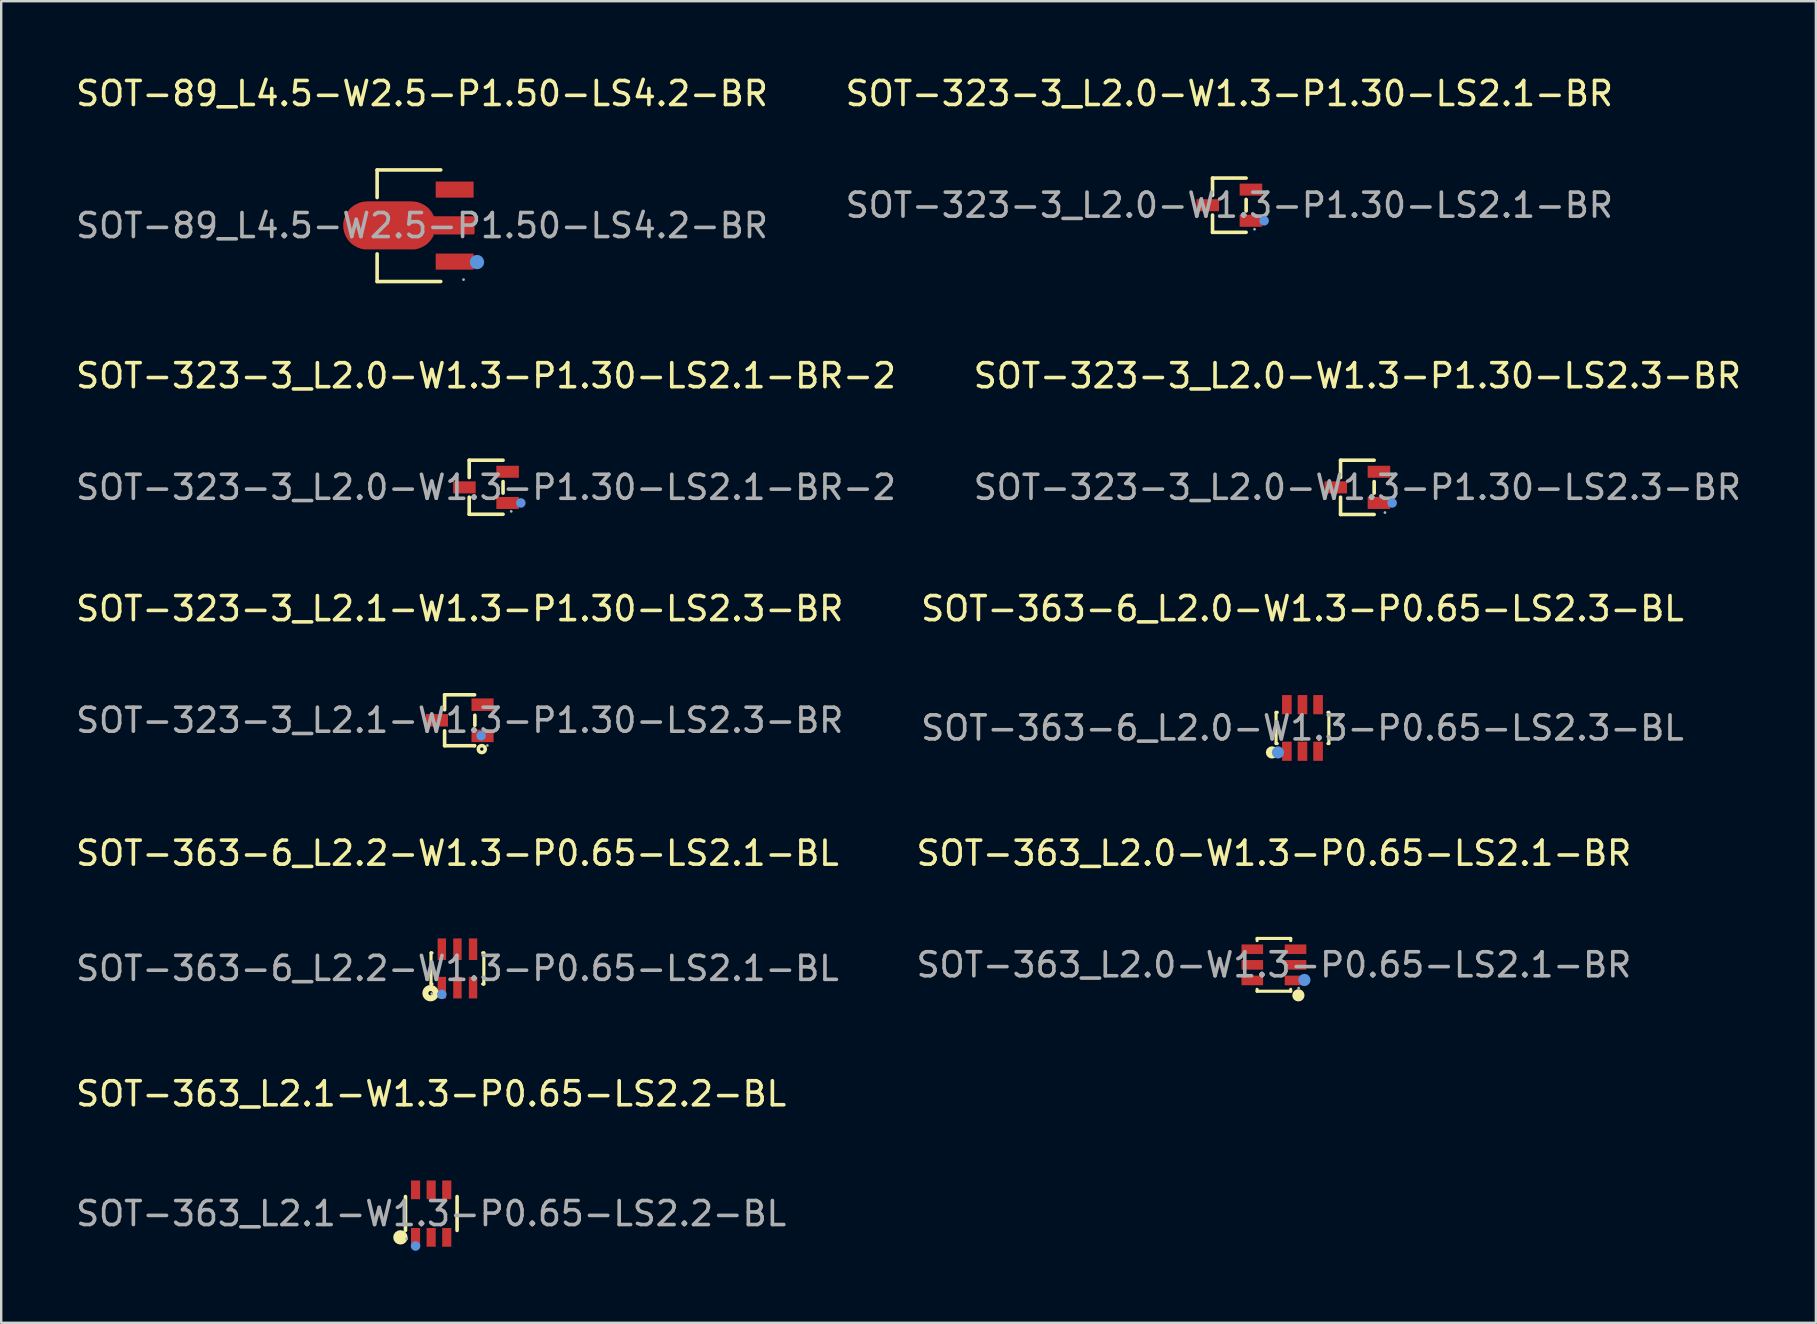
<source format=kicad_pcb>
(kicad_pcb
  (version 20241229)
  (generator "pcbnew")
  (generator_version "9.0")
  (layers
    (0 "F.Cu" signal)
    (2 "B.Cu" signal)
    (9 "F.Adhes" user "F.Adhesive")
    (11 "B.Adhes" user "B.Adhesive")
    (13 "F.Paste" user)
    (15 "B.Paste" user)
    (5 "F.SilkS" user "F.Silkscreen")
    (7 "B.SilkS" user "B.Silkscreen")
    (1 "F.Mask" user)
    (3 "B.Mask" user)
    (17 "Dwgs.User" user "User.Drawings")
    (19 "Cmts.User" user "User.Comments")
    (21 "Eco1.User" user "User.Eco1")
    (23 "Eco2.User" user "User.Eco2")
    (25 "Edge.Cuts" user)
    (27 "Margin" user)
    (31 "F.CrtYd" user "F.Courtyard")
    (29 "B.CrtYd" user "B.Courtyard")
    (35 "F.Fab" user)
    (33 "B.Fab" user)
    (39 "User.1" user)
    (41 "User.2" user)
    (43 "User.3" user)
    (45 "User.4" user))
  (footprint "SOT-323-3_L2.1-W1.3-P1.30-LS2.3-BR"
    (layer "F.Cu")
    (at 16.101 26.955)
    (property "Reference" "SOT-323-3_L2.1-W1.3-P1.30-LS2.3-BR" (at 0 -4.65 0) (layer "F.SilkS") (effects (font (size 1 1) (thickness 0.15))))
    (attr smd)
    (fp_line (start -0.63 -1.06) (end -0.63 -0.44) (stroke (width 0.15) (type solid)) (layer "F.SilkS"))
    (fp_line (start -0.63 -1.06) (end 0.62 -1.06) (stroke (width 0.15) (type solid)) (layer "F.SilkS"))
    (fp_line (start -0.63 0.44) (end -0.63 1.06) (stroke (width 0.15) (type solid)) (layer "F.SilkS"))
    (fp_line (start -0.63 1.06) (end 0.61 1.06) (stroke (width 0.15) (type solid)) (layer "F.SilkS"))
    (fp_line (start 0.61 1.06) (end 0.62 1.06) (stroke (width 0.15) (type solid)) (layer "F.SilkS"))
    (fp_line (start 0.63 0.21) (end 0.63 -0.21) (stroke (width 0.15) (type solid)) (layer "F.SilkS"))
    (fp_circle (center 0.92 1.2) (end 0.99 1.2) (stroke (width 0.15) (type solid)) (fill no) (layer "F.SilkS"))
    (fp_circle (center 0.89 0.64) (end 0.99 0.64) (stroke (width 0.2) (type solid)) (fill no) (layer "Cmts.User"))
    (fp_circle (center 1.15 1.05) (end 1.18 1.05) (stroke (width 0.06) (type solid)) (fill no) (layer "F.Fab"))
    (fp_text user "${REFERENCE}" (at 0 0 0) (layer "F.Fab") (effects (font (size 1 1) (thickness 0.15))))
    (pad "1" smd rect (at 0.95 0.65 90) (size 0.52 0.92) (layers "F.Cu" "F.Mask" "F.Paste"))
    (pad "2" smd rect (at 0.95 -0.65 90) (size 0.52 0.92) (layers "F.Cu" "F.Mask" "F.Paste"))
    (pad "3" smd rect (at -0.95 0 90) (size 0.52 0.92) (layers "F.Cu" "F.Mask" "F.Paste")))
  (footprint "SOT-363-6_L2.2-W1.3-P0.65-LS2.1-BL"
    (layer "F.Cu")
    (at 16.006 37.293)
    (property "Reference" "SOT-363-6_L2.2-W1.3-P0.65-LS2.1-BL" (at 0 -4.8 0) (layer "F.SilkS") (effects (font (size 1 1) (thickness 0.15))))
    (attr through_hole)
    (fp_line (start -1.1 -0.65) (end -1.1 0.65) (stroke (width 0.13) (type solid)) (layer "F.SilkS"))
    (fp_line (start -1.1 -0.65) (end -1.06 -0.65) (stroke (width 0.13) (type solid)) (layer "F.SilkS"))
    (fp_line (start -1.1 0.65) (end -1.06 0.65) (stroke (width 0.13) (type solid)) (layer "F.SilkS"))
    (fp_line (start 1.05 -0.65) (end 1.1 -0.65) (stroke (width 0.13) (type solid)) (layer "F.SilkS"))
    (fp_line (start 1.05 0.65) (end 1.1 0.65) (stroke (width 0.13) (type solid)) (layer "F.SilkS"))
    (fp_line (start 1.1 -0.65) (end 1.1 0.65) (stroke (width 0.13) (type solid)) (layer "F.SilkS"))
    (fp_circle (center -1.12 1.03) (end -1.03 1.03) (stroke (width 0.25) (type solid)) (fill no) (layer "F.SilkS"))
    (fp_circle (center -0.65 1.08) (end -0.55 1.08) (stroke (width 0.2) (type solid)) (fill no) (layer "Cmts.User"))
    (fp_circle (center -1.07 1.05) (end -1.04 1.05) (stroke (width 0.06) (type solid)) (fill no) (layer "F.Fab"))
    (fp_text user "${REFERENCE}" (at 0 0 0) (layer "F.Fab") (effects (font (size 1 1) (thickness 0.15))))
    (pad "1" smd rect (at -0.65 0.8) (size 0.35 0.9) (layers "F.Cu" "F.Mask" "F.Paste"))
    (pad "2" smd rect (at 0 0.8) (size 0.35 0.9) (layers "F.Cu" "F.Mask" "F.Paste"))
    (pad "3" smd rect (at 0.65 0.8) (size 0.35 0.9) (layers "F.Cu" "F.Mask" "F.Paste"))
    (pad "4" smd rect (at 0.65 -0.8) (size 0.35 0.9) (layers "F.Cu" "F.Mask" "F.Paste"))
    (pad "5" smd rect (at 0 -0.8) (size 0.35 0.9) (layers "F.Cu" "F.Mask" "F.Paste"))
    (pad "6" smd rect (at -0.65 -0.8) (size 0.35 0.9) (layers "F.Cu" "F.Mask" "F.Paste")))
  (footprint "SOT-363_L2.1-W1.3-P0.65-LS2.2-BL"
    (layer "F.Cu")
    (at 14.911 47.506)
    (property "Reference" "SOT-363_L2.1-W1.3-P0.65-LS2.2-BL" (at 0 -4.99 0) (layer "F.SilkS") (effects (font (size 1 1) (thickness 0.15))))
    (attr smd)
    (fp_line (start -1.07 0.7) (end -1.07 -0.71) (stroke (width 0.15) (type solid)) (layer "F.SilkS"))
    (fp_line (start 1.08 0.7) (end 1.08 -0.71) (stroke (width 0.15) (type solid)) (layer "F.SilkS"))
    (fp_circle (center -1.28 0.99) (end -1.13 0.99) (stroke (width 0.3) (type solid)) (fill no) (layer "F.SilkS"))
    (fp_circle (center -0.65 1.35) (end -0.55 1.35) (stroke (width 0.2) (type solid)) (fill no) (layer "Cmts.User"))
    (fp_circle (center -1.02 1.05) (end -0.99 1.05) (stroke (width 0.06) (type solid)) (fill no) (layer "F.Fab"))
    (fp_text user "${REFERENCE}" (at 0 0 0) (layer "F.Fab") (effects (font (size 1 1) (thickness 0.15))))
    (pad "1" smd rect (at -0.65 0.99) (size 0.38 0.78) (layers "F.Cu" "F.Mask" "F.Paste"))
    (pad "2" smd rect (at 0 0.99) (size 0.38 0.78) (layers "F.Cu" "F.Mask" "F.Paste"))
    (pad "3" smd rect (at 0.65 0.99) (size 0.38 0.78) (layers "F.Cu" "F.Mask" "F.Paste"))
    (pad "4" smd rect (at 0.65 -0.99) (size 0.38 0.78) (layers "F.Cu" "F.Mask" "F.Paste"))
    (pad "5" smd rect (at 0 -0.99) (size 0.38 0.78) (layers "F.Cu" "F.Mask" "F.Paste"))
    (pad "6" smd rect (at -0.65 -0.99) (size 0.38 0.78) (layers "F.Cu" "F.Mask" "F.Paste")))
  (footprint "SOT-363_L2.0-W1.3-P0.65-LS2.1-BR"
    (layer "F.Cu")
    (at 50.018 37.143)
    (property "Reference" "SOT-363_L2.0-W1.3-P0.65-LS2.1-BR" (at 0 -4.65 0) (layer "F.SilkS") (effects (font (size 1 1) (thickness 0.15))))
    (attr through_hole)
    (fp_line (start -0.7 -1.01) (end -0.7 -1.1) (stroke (width 0.13) (type solid)) (layer "F.SilkS"))
    (fp_line (start -0.7 1.1) (end -0.7 1.02) (stroke (width 0.13) (type solid)) (layer "F.SilkS"))
    (fp_line (start 0.7 -1.1) (end -0.7 -1.1) (stroke (width 0.13) (type solid)) (layer "F.SilkS"))
    (fp_line (start 0.7 -1.01) (end 0.7 -1.1) (stroke (width 0.13) (type solid)) (layer "F.SilkS"))
    (fp_line (start 0.7 1.1) (end -0.7 1.1) (stroke (width 0.13) (type solid)) (layer "F.SilkS"))
    (fp_line (start 0.7 1.1) (end 0.7 1.02) (stroke (width 0.13) (type solid)) (layer "F.SilkS"))
    (fp_circle (center 1.02 1.27) (end 1.15 1.27) (stroke (width 0.25) (type solid)) (fill no) (layer "F.SilkS"))
    (fp_circle (center 1.27 0.63) (end 1.4 0.63) (stroke (width 0.25) (type solid)) (fill no) (layer "Cmts.User"))
    (fp_circle (center 1.03 0.97) (end 1.06 0.97) (stroke (width 0.06) (type solid)) (fill no) (layer "F.Fab"))
    (fp_text user "${REFERENCE}" (at 0 0 0) (layer "F.Fab") (effects (font (size 1 1) (thickness 0.15))))
    (pad "1" smd rect (at 0.9 0.65 90) (size 0.4 0.9) (layers "F.Cu" "F.Mask" "F.Paste"))
    (pad "2" smd rect (at 0.9 0 90) (size 0.4 0.9) (layers "F.Cu" "F.Mask" "F.Paste"))
    (pad "3" smd rect (at 0.9 -0.65 90) (size 0.4 0.9) (layers "F.Cu" "F.Mask" "F.Paste"))
    (pad "4" smd rect (at -0.9 -0.65 90) (size 0.4 0.9) (layers "F.Cu" "F.Mask" "F.Paste"))
    (pad "5" smd rect (at -0.9 0 90) (size 0.4 0.9) (layers "F.Cu" "F.Mask" "F.Paste"))
    (pad "6" smd rect (at -0.9 0.65 90) (size 0.4 0.9) (layers "F.Cu" "F.Mask" "F.Paste")))
  (footprint "SOT-363-6_L2.0-W1.3-P0.65-LS2.3-BL"
    (layer "F.Cu")
    (at 51.208 27.275)
    (property "Reference" "SOT-363-6_L2.0-W1.3-P0.65-LS2.3-BL" (at 0 -4.97 0) (layer "F.SilkS") (effects (font (size 1 1) (thickness 0.15))))
    (attr smd)
    (fp_line (start -1.1 -0.65) (end -1.1 0.65) (stroke (width 0.13) (type solid)) (layer "F.SilkS"))
    (fp_line (start -1.1 -0.65) (end -1.05 -0.65) (stroke (width 0.13) (type solid)) (layer "F.SilkS"))
    (fp_line (start -1.1 0.65) (end -1.05 0.65) (stroke (width 0.13) (type solid)) (layer "F.SilkS"))
    (fp_line (start 1.06 -0.65) (end 1.1 -0.65) (stroke (width 0.13) (type solid)) (layer "F.SilkS"))
    (fp_line (start 1.06 0.65) (end 1.1 0.65) (stroke (width 0.13) (type solid)) (layer "F.SilkS"))
    (fp_line (start 1.1 -0.65) (end 1.1 0.65) (stroke (width 0.13) (type solid)) (layer "F.SilkS"))
    (fp_circle (center -1.27 1.02) (end -1.14 1.02) (stroke (width 0.25) (type solid)) (fill no) (layer "F.SilkS"))
    (fp_circle (center -1.02 1.02) (end -0.89 1.02) (stroke (width 0.25) (type solid)) (fill no) (layer "Cmts.User"))
    (fp_circle (center -1 1.15) (end -0.97 1.15) (stroke (width 0.06) (type solid)) (fill no) (layer "F.Fab"))
    (fp_text user "${REFERENCE}" (at 0 0 0) (layer "F.Fab") (effects (font (size 1 1) (thickness 0.15))))
    (pad "1" smd rect (at -0.65 0.97) (size 0.4 0.8) (layers "F.Cu" "F.Mask" "F.Paste"))
    (pad "2" smd rect (at 0 0.97) (size 0.4 0.8) (layers "F.Cu" "F.Mask" "F.Paste"))
    (pad "3" smd rect (at 0.65 0.97) (size 0.4 0.8) (layers "F.Cu" "F.Mask" "F.Paste"))
    (pad "4" smd rect (at 0.65 -0.97) (size 0.4 0.8) (layers "F.Cu" "F.Mask" "F.Paste"))
    (pad "5" smd rect (at 0 -0.97) (size 0.4 0.8) (layers "F.Cu" "F.Mask" "F.Paste"))
    (pad "6" smd rect (at -0.65 -0.97) (size 0.4 0.8) (layers "F.Cu" "F.Mask" "F.Paste")))
  (footprint "SOT-323-3_L2.0-W1.3-P1.30-LS2.3-BR"
    (layer "F.Cu")
    (at 53.494 17.252)
    (property "Reference" "SOT-323-3_L2.0-W1.3-P1.30-LS2.3-BR" (at 0 -4.65 0) (layer "F.SilkS") (effects (font (size 1 1) (thickness 0.15))))
    (attr smd)
    (fp_line (start -0.7 -1.13) (end -0.7 -0.41) (stroke (width 0.15) (type solid)) (layer "F.SilkS"))
    (fp_line (start -0.7 1.13) (end -0.7 0.41) (stroke (width 0.15) (type solid)) (layer "F.SilkS"))
    (fp_line (start 0.7 -1.13) (end -0.7 -1.13) (stroke (width 0.15) (type solid)) (layer "F.SilkS"))
    (fp_line (start 0.7 -0.24) (end 0.7 0.24) (stroke (width 0.15) (type solid)) (layer "F.SilkS"))
    (fp_line (start 0.7 1.13) (end -0.7 1.13) (stroke (width 0.15) (type solid)) (layer "F.SilkS"))
    (fp_circle (center 1.45 0.65) (end 1.55 0.65) (stroke (width 0.2) (type solid)) (fill no) (layer "Cmts.User"))
    (fp_circle (center 1.15 1.05) (end 1.18 1.05) (stroke (width 0.06) (type solid)) (fill no) (layer "F.Fab"))
    (fp_text user "${REFERENCE}" (at 0 0 0) (layer "F.Fab") (effects (font (size 1 1) (thickness 0.15))))
    (pad "1" smd rect (at 0.9 0.65) (size 0.94 0.5) (layers "F.Cu" "F.Mask" "F.Paste"))
    (pad "2" smd rect (at 0.9 -0.65) (size 0.94 0.5) (layers "F.Cu" "F.Mask" "F.Paste"))
    (pad "3" smd rect (at -0.9 0) (size 0.94 0.5) (layers "F.Cu" "F.Mask" "F.Paste")))
  (footprint "SOT-89_L4.5-W2.5-P1.50-LS4.2-BR"
    (layer "F.Cu")
    (at 14.53 6.348)
    (property "Reference" "SOT-89_L4.5-W2.5-P1.50-LS4.2-BR" (at 0 -5.5 0) (layer "F.SilkS") (effects (font (size 1 1) (thickness 0.15))))
    (attr through_hole)
    (fp_line (start -1.87 -2.32) (end -1.87 -1.17) (stroke (width 0.15) (type solid)) (layer "F.SilkS"))
    (fp_line (start -1.87 2.33) (end -1.87 1.18) (stroke (width 0.15) (type solid)) (layer "F.SilkS"))
    (fp_line (start 0.78 -2.32) (end -1.87 -2.32) (stroke (width 0.15) (type solid)) (layer "F.SilkS"))
    (fp_line (start 0.78 2.33) (end -1.87 2.33) (stroke (width 0.15) (type solid)) (layer "F.SilkS"))
    (fp_circle (center 2.29 1.52) (end 2.44 1.52) (stroke (width 0.3) (type solid)) (fill no) (layer "Cmts.User"))
    (fp_circle (center 1.73 2.25) (end 1.76 2.25) (stroke (width 0.06) (type solid)) (fill no) (layer "F.Fab"))
    (fp_text user "${REFERENCE}" (at 0 0 0) (layer "F.Fab") (effects (font (size 1 1) (thickness 0.15))))
    (pad "1" smd rect (at 1.36 1.5) (size 1.58 0.67) (layers "F.Cu" "F.Mask" "F.Paste"))
    (pad "2" smd custom (at -1.36 -0.01) (size 0.01 0.01) (layers "F.Cu" "F.Mask" "F.Paste") (options (anchor circle)) (primitives (gr_poly (pts (xy -0.92 -0.95) (xy 0.93 -0.95) (xy 0.98 -0.94) (xy 1.02 -0.94) (xy 1.06 -0.94) (xy 1.11 -0.93) (xy 1.15 -0.92) (xy 1.2 -0.91) (xy 1.24 -0.89) (xy 1.28 -0.88) (xy 1.32 -0.86) (xy 1.36 -0.84) (xy 1.4 -0.82) (xy 1.44 -0.8) (xy 1.48 -0.77) (xy 1.51 -0.75) (xy 1.55 -0.72) (xy 1.58 -0.69) (xy 1.61 -0.66) (xy 1.64 -0.63) (xy 1.67 -0.59) (xy 1.7 -0.56) (xy 1.72 -0.52) (xy 1.75 -0.48) (xy 1.77 -0.44) (xy 1.79 -0.4) (xy 1.81 -0.33) (xy 3.5 -0.33) (xy 3.5 0.33) (xy 1.81 0.33) (xy 1.79 0.41) (xy 1.77 0.45) (xy 1.75 0.49) (xy 1.72 0.53) (xy 1.7 0.57) (xy 1.67 0.6) (xy 1.64 0.64) (xy 1.61 0.67) (xy 1.58 0.7) (xy 1.55 0.73) (xy 1.51 0.76) (xy 1.48 0.78) (xy 1.44 0.81) (xy 1.4 0.83) (xy 1.36 0.85) (xy 1.32 0.87) (xy 1.28 0.89) (xy 1.24 0.9) (xy 1.2 0.92) (xy 1.15 0.93) (xy 1.11 0.94) (xy 1.06 0.95) (xy 1.02 0.95) (xy 0.98 0.95) (xy 0.93 0.95) (xy -0.92 0.95) (xy -0.97 0.95) (xy -1.01 0.95) (xy -1.06 0.95) (xy -1.1 0.94) (xy -1.14 0.93) (xy -1.19 0.92) (xy -1.23 0.9) (xy -1.27 0.89) (xy -1.31 0.87) (xy -1.35 0.85) (xy -1.39 0.83) (xy -1.43 0.81) (xy -1.47 0.78) (xy -1.5 0.76) (xy -1.54 0.73) (xy -1.57 0.7) (xy -1.6 0.67) (xy -1.63 0.64) (xy -1.66 0.6) (xy -1.69 0.57) (xy -1.71 0.53) (xy -1.74 0.49) (xy -1.76 0.45) (xy -1.78 0.41) (xy -1.8 0.37) (xy -1.81 0.33) (xy -1.83 0.29) (xy -1.84 0.25) (xy -1.85 0.2) (xy -1.86 0.16) (xy -1.87 0.12) (xy -1.87 0.07) (xy -1.87 0.03) (xy -1.87 -0.02) (xy -1.87 -0.06) (xy -1.87 -0.11) (xy -1.86 -0.15) (xy -1.85 -0.19) (xy -1.84 -0.24) (xy -1.83 -0.28) (xy -1.81 -0.32) (xy -1.8 -0.36) (xy -1.78 -0.4) (xy -1.76 -0.44) (xy -1.74 -0.48) (xy -1.71 -0.52) (xy -1.69 -0.56) (xy -1.66 -0.59) (xy -1.63 -0.63) (xy -1.6 -0.66) (xy -1.57 -0.69) (xy -1.54 -0.72) (xy -1.5 -0.75) (xy -1.47 -0.77) (xy -1.43 -0.8) (xy -1.39 -0.82) (xy -1.35 -0.84) (xy -1.31 -0.86) (xy -1.27 -0.88) (xy -1.23 -0.89) (xy -1.19 -0.91) (xy -1.14 -0.92) (xy -1.1 -0.93) (xy -1.06 -0.94) (xy -1.01 -0.94) (xy -0.97 -0.94) (xy -0.92 -0.95)) (width 0.1) (fill yes))))
    (pad "3" smd rect (at 1.36 -1.5) (size 1.58 0.67) (layers "F.Cu" "F.Mask" "F.Paste")))
  (footprint "SOT-323-3_L2.0-W1.3-P1.30-LS2.1-BR"
    (layer "F.Cu")
    (at 48.161 5.498)
    (property "Reference" "SOT-323-3_L2.0-W1.3-P1.30-LS2.1-BR" (at 0 -4.65 0) (layer "F.SilkS") (effects (font (size 1 1) (thickness 0.15))))
    (attr smd)
    (fp_line (start -0.7 -1.13) (end -0.7 -0.41) (stroke (width 0.15) (type solid)) (layer "F.SilkS"))
    (fp_line (start -0.7 1.13) (end -0.7 0.41) (stroke (width 0.15) (type solid)) (layer "F.SilkS"))
    (fp_line (start 0.7 -1.13) (end -0.7 -1.13) (stroke (width 0.15) (type solid)) (layer "F.SilkS"))
    (fp_line (start 0.7 -0.24) (end 0.7 0.24) (stroke (width 0.15) (type solid)) (layer "F.SilkS"))
    (fp_line (start 0.7 1.13) (end -0.7 1.13) (stroke (width 0.15) (type solid)) (layer "F.SilkS"))
    (fp_circle (center 1.45 0.65) (end 1.55 0.65) (stroke (width 0.2) (type solid)) (fill no) (layer "Cmts.User"))
    (fp_circle (center 1.05 1) (end 1.08 1) (stroke (width 0.06) (type solid)) (fill no) (layer "F.Fab"))
    (fp_text user "${REFERENCE}" (at 0 0 0) (layer "F.Fab") (effects (font (size 1 1) (thickness 0.15))))
    (pad "1" smd rect (at 0.9 0.65) (size 0.94 0.5) (layers "F.Cu" "F.Mask" "F.Paste"))
    (pad "2" smd rect (at 0.9 -0.65) (size 0.94 0.5) (layers "F.Cu" "F.Mask" "F.Paste"))
    (pad "3" smd rect (at -0.9 0) (size 0.94 0.5) (layers "F.Cu" "F.Mask" "F.Paste")))
  (footprint "SOT-323-3_L2.0-W1.3-P1.30-LS2.1-BR-2"
    (layer "F.Cu")
    (at 17.196 17.252)
    (property "Reference" "SOT-323-3_L2.0-W1.3-P1.30-LS2.1-BR-2" (at 0 -4.65 0) (layer "F.SilkS") (effects (font (size 1 1) (thickness 0.15))))
    (attr smd)
    (fp_line (start -0.7 -1.13) (end -0.7 -0.41) (stroke (width 0.15) (type solid)) (layer "F.SilkS"))
    (fp_line (start -0.7 1.12) (end -0.7 0.41) (stroke (width 0.15) (type solid)) (layer "F.SilkS"))
    (fp_line (start 0.71 -1.13) (end -0.7 -1.13) (stroke (width 0.15) (type solid)) (layer "F.SilkS"))
    (fp_line (start 0.71 -0.24) (end 0.71 0.24) (stroke (width 0.15) (type solid)) (layer "F.SilkS"))
    (fp_line (start 0.71 1.12) (end -0.7 1.12) (stroke (width 0.15) (type solid)) (layer "F.SilkS"))
    (fp_circle (center 1.45 0.65) (end 1.55 0.65) (stroke (width 0.2) (type solid)) (fill no) (layer "Cmts.User"))
    (fp_circle (center 1.05 1) (end 1.08 1) (stroke (width 0.06) (type solid)) (fill no) (layer "F.Fab"))
    (fp_text user "${REFERENCE}" (at 0 0 0) (layer "F.Fab") (effects (font (size 1 1) (thickness 0.15))))
    (pad "1" smd rect (at 0.9 0.65) (size 0.94 0.5) (layers "F.Cu" "F.Mask" "F.Paste"))
    (pad "2" smd rect (at 0.9 -0.65) (size 0.94 0.5) (layers "F.Cu" "F.Mask" "F.Paste"))
    (pad "3" smd rect (at -0.9 0) (size 0.94 0.5) (layers "F.Cu" "F.Mask" "F.Paste")))
  (gr_rect
    (start -3 -3)
    (end 72.595 52.056)
    (stroke (width 0.1) (type default))
    (fill no)
    (layer "Edge.Cuts")))
</source>
